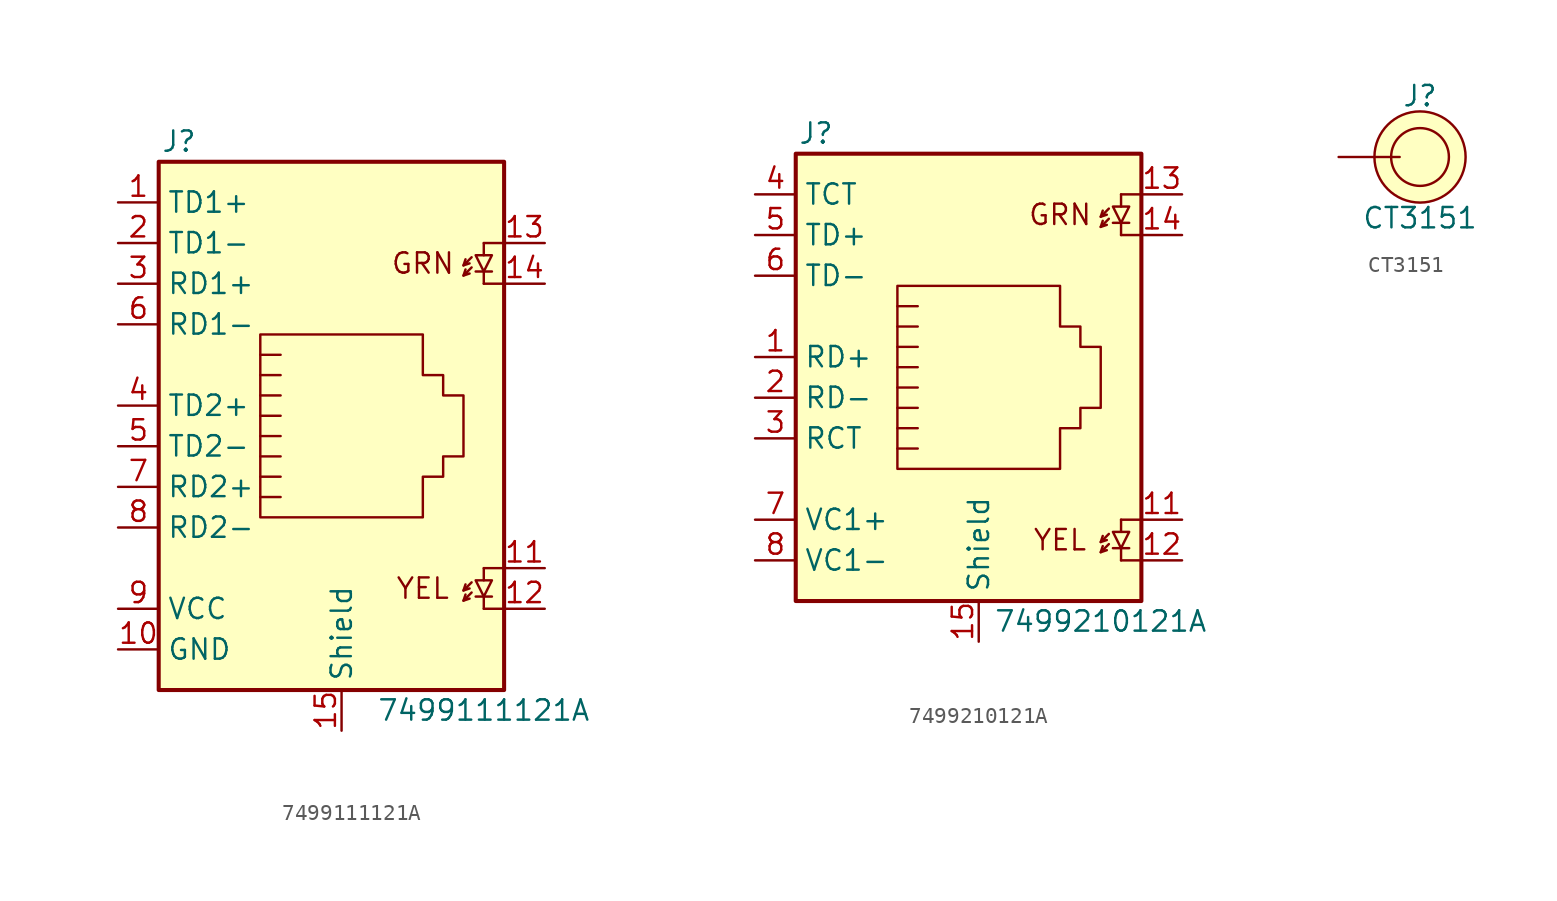
<source format=kicad_sym>
(kicad_symbol_lib
  (version 20211014)
  (generator kicad_symbol_editor)
  (symbol "7499111121A"
    (property "Reference" "J"
      (at 1.27 34.29 0)
      (effects (font (size 1.27 1.27))))
    (property "Value" "7499111121A"
      (at 20.32 -1.27 0)
      (effects (font (size 1.27 1.27))))
    (symbol "7499111121A_0_0"
      (text "GRN" (at 16.51 26.67 0) (effects (font (size 1.27 1.27))))
      (text "YEL" (at 16.51 6.35 0) (effects (font (size 1.27 1.27)))))
    (symbol "7499111121A_0_1"
      (polyline (pts (xy 7.62 19.685) (xy 6.35 19.685)) (stroke (width 0) (type default) (color 0 0 0 0)) (fill (type none)))
      (polyline (pts (xy 7.62 20.955) (xy 6.35 20.955)) (stroke (width 0) (type default) (color 0 0 0 0)) (fill (type none)))
      (polyline (pts (xy 19.05 5.588) (xy 19.177 5.969)) (stroke (width 0) (type default) (color 0 0 0 0)) (fill (type none)))
      (polyline (pts (xy 19.05 6.223) (xy 19.177 6.604)) (stroke (width 0) (type default) (color 0 0 0 0)) (fill (type none)))
      (polyline (pts (xy 19.05 25.908) (xy 19.177 26.289)) (stroke (width 0) (type default) (color 0 0 0 0)) (fill (type none)))
      (polyline (pts (xy 19.05 26.543) (xy 19.177 26.924)) (stroke (width 0) (type default) (color 0 0 0 0)) (fill (type none)))
      (polyline (pts (xy 20.32 5.08) (xy 20.32 5.842)) (stroke (width 0) (type default) (color 0 0 0 0)) (fill (type none)))
      (polyline (pts (xy 20.32 7.62) (xy 20.32 6.858)) (stroke (width 0) (type default) (color 0 0 0 0)) (fill (type none)))
      (polyline (pts (xy 20.32 25.4) (xy 20.32 26.162)) (stroke (width 0) (type default) (color 0 0 0 0)) (fill (type none)))
      (polyline (pts (xy 20.32 27.94) (xy 20.32 27.178)) (stroke (width 0) (type default) (color 0 0 0 0)) (fill (type none)))
      (polyline (pts (xy 20.828 5.842) (xy 19.812 5.842)) (stroke (width 0) (type default) (color 0 0 0 0)) (fill (type none)))
      (polyline (pts (xy 20.828 26.162) (xy 19.812 26.162)) (stroke (width 0) (type default) (color 0 0 0 0)) (fill (type none)))
      (polyline (pts (xy 21.59 5.08) (xy 20.32 5.08)) (stroke (width 0) (type default) (color 0 0 0 0)) (fill (type none)))
      (polyline (pts (xy 21.59 7.62) (xy 20.32 7.62)) (stroke (width 0) (type default) (color 0 0 0 0)) (fill (type none)))
      (polyline (pts (xy 21.59 25.4) (xy 20.32 25.4)) (stroke (width 0) (type default) (color 0 0 0 0)) (fill (type none)))
      (polyline (pts (xy 21.59 27.94) (xy 20.32 27.94)) (stroke (width 0) (type default) (color 0 0 0 0)) (fill (type none)))
      (polyline (pts (xy 6.35 12.065) (xy 7.62 12.065) (xy 7.62 12.065)) (stroke (width 0) (type default) (color 0 0 0 0)) (fill (type none)))
      (polyline (pts (xy 6.35 13.335) (xy 7.62 13.335) (xy 7.62 13.335)) (stroke (width 0) (type default) (color 0 0 0 0)) (fill (type none)))
      (polyline (pts (xy 6.35 14.605) (xy 7.62 14.605) (xy 7.62 14.605)) (stroke (width 0) (type default) (color 0 0 0 0)) (fill (type none)))
      (polyline (pts (xy 6.35 15.875) (xy 7.62 15.875) (xy 7.62 15.875)) (stroke (width 0) (type default) (color 0 0 0 0)) (fill (type none)))
      (polyline (pts (xy 6.35 17.145) (xy 7.62 17.145) (xy 7.62 17.145)) (stroke (width 0) (type default) (color 0 0 0 0)) (fill (type none)))
      (polyline (pts (xy 7.62 18.415) (xy 6.35 18.415) (xy 6.35 18.415)) (stroke (width 0) (type default) (color 0 0 0 0)) (fill (type none)))
      (polyline (pts (xy 19.558 6.096) (xy 19.05 5.588) (xy 19.431 5.715)) (stroke (width 0) (type default) (color 0 0 0 0)) (fill (type none)))
      (polyline (pts (xy 19.558 6.731) (xy 19.05 6.223) (xy 19.431 6.35)) (stroke (width 0) (type default) (color 0 0 0 0)) (fill (type none)))
      (polyline (pts (xy 19.558 26.416) (xy 19.05 25.908) (xy 19.431 26.035)) (stroke (width 0) (type default) (color 0 0 0 0)) (fill (type none)))
      (polyline (pts (xy 19.558 27.051) (xy 19.05 26.543) (xy 19.431 26.67)) (stroke (width 0) (type default) (color 0 0 0 0)) (fill (type none)))
      (polyline (pts (xy 20.32 5.842) (xy 20.828 6.858) (xy 19.812 6.858) (xy 20.32 5.842)) (stroke (width 0) (type default) (color 0 0 0 0)) (fill (type none)))
      (polyline (pts (xy 20.32 26.162) (xy 20.828 27.178) (xy 19.812 27.178) (xy 20.32 26.162)) (stroke (width 0) (type default) (color 0 0 0 0)) (fill (type none)))
      (polyline (pts (xy 6.35 10.795) (xy 6.35 22.225) (xy 16.51 22.225) (xy 16.51 19.685) (xy 17.78 19.685) (xy 17.78 18.415) (xy 19.05 18.415) (xy 19.05 14.605) (xy 17.78 14.605) (xy 17.78 13.335) (xy 16.51 13.335) (xy 16.51 10.795) (xy 6.35 10.795) (xy 6.35 10.795)) (stroke (width 0) (type default) (color 0 0 0 0)) (fill (type none)))
      (rectangle (start 0 33.02) (end 21.59 0) (stroke (width 0.254) (type default) (color 0 0 0 0)) (fill (type background))))
    (symbol "7499111121A_1_1"
      (pin passive line (at -2.54 30.48 0) (length 2.54) (name "TD1+" (effects (font (size 1.27 1.27)))) (number "1" (effects (font (size 1.27 1.27)))))
      (pin power_in line (at -2.54 2.54 0) (length 2.54) (name "GND" (effects (font (size 1.27 1.27)))) (number "10" (effects (font (size 1.27 1.27)))))
      (pin passive line (at 24.13 7.62 180) (length 2.54) (name "~" (effects (font (size 1.27 1.27)))) (number "11" (effects (font (size 1.27 1.27)))))
      (pin passive line (at 24.13 5.08 180) (length 2.54) (name "~" (effects (font (size 1.27 1.27)))) (number "12" (effects (font (size 1.27 1.27)))))
      (pin passive line (at 24.13 27.94 180) (length 2.54) (name "~" (effects (font (size 1.27 1.27)))) (number "13" (effects (font (size 1.27 1.27)))))
      (pin passive line (at 24.13 25.4 180) (length 2.54) (name "~" (effects (font (size 1.27 1.27)))) (number "14" (effects (font (size 1.27 1.27)))))
      (pin passive line (at 11.43 -2.54 90) (length 2.54) (name "Shield" (effects (font (size 1.27 1.27)))) (number "15" (effects (font (size 1.27 1.27)))))
      (pin passive line (at -2.54 27.94 0) (length 2.54) (name "TD1-" (effects (font (size 1.27 1.27)))) (number "2" (effects (font (size 1.27 1.27)))))
      (pin passive line (at -2.54 25.4 0) (length 2.54) (name "RD1+" (effects (font (size 1.27 1.27)))) (number "3" (effects (font (size 1.27 1.27)))))
      (pin passive line (at -2.54 17.78 0) (length 2.54) (name "TD2+" (effects (font (size 1.27 1.27)))) (number "4" (effects (font (size 1.27 1.27)))))
      (pin passive line (at -2.54 15.24 0) (length 2.54) (name "TD2-" (effects (font (size 1.27 1.27)))) (number "5" (effects (font (size 1.27 1.27)))))
      (pin passive line (at -2.54 22.86 0) (length 2.54) (name "RD1-" (effects (font (size 1.27 1.27)))) (number "6" (effects (font (size 1.27 1.27)))))
      (pin passive line (at -2.54 12.7 0) (length 2.54) (name "RD2+" (effects (font (size 1.27 1.27)))) (number "7" (effects (font (size 1.27 1.27)))))
      (pin passive line (at -2.54 10.16 0) (length 2.54) (name "RD2-" (effects (font (size 1.27 1.27)))) (number "8" (effects (font (size 1.27 1.27)))))
      (pin power_in line (at -2.54 5.08 0) (length 2.54) (name "VCC" (effects (font (size 1.27 1.27)))) (number "9" (effects (font (size 1.27 1.27)))))))
  (symbol "7499210121A"
    (property "Reference" "J"
      (at 1.27 29.21 0)
      (effects (font (size 1.27 1.27))))
    (property "Value" "7499210121A"
      (at 19.05 -1.27 0)
      (effects (font (size 1.27 1.27))))
    (symbol "7499210121A_0_0"
      (text "GRN" (at 16.51 24.13 0) (effects (font (size 1.27 1.27))))
      (text "YEL" (at 16.51 3.81 0) (effects (font (size 1.27 1.27)))))
    (symbol "7499210121A_0_1"
      (polyline (pts (xy 7.62 17.145) (xy 6.35 17.145)) (stroke (width 0) (type default) (color 0 0 0 0)) (fill (type none)))
      (polyline (pts (xy 7.62 18.415) (xy 6.35 18.415)) (stroke (width 0) (type default) (color 0 0 0 0)) (fill (type none)))
      (polyline (pts (xy 19.05 3.048) (xy 19.177 3.429)) (stroke (width 0) (type default) (color 0 0 0 0)) (fill (type none)))
      (polyline (pts (xy 19.05 3.683) (xy 19.177 4.064)) (stroke (width 0) (type default) (color 0 0 0 0)) (fill (type none)))
      (polyline (pts (xy 19.05 23.368) (xy 19.177 23.749)) (stroke (width 0) (type default) (color 0 0 0 0)) (fill (type none)))
      (polyline (pts (xy 19.05 24.003) (xy 19.177 24.384)) (stroke (width 0) (type default) (color 0 0 0 0)) (fill (type none)))
      (polyline (pts (xy 20.32 2.54) (xy 20.32 3.302)) (stroke (width 0) (type default) (color 0 0 0 0)) (fill (type none)))
      (polyline (pts (xy 20.32 5.08) (xy 20.32 4.318)) (stroke (width 0) (type default) (color 0 0 0 0)) (fill (type none)))
      (polyline (pts (xy 20.32 22.86) (xy 20.32 23.622)) (stroke (width 0) (type default) (color 0 0 0 0)) (fill (type none)))
      (polyline (pts (xy 20.32 25.4) (xy 20.32 24.638)) (stroke (width 0) (type default) (color 0 0 0 0)) (fill (type none)))
      (polyline (pts (xy 20.828 3.302) (xy 19.812 3.302)) (stroke (width 0) (type default) (color 0 0 0 0)) (fill (type none)))
      (polyline (pts (xy 20.828 23.622) (xy 19.812 23.622)) (stroke (width 0) (type default) (color 0 0 0 0)) (fill (type none)))
      (polyline (pts (xy 21.59 2.54) (xy 20.32 2.54)) (stroke (width 0) (type default) (color 0 0 0 0)) (fill (type none)))
      (polyline (pts (xy 21.59 5.08) (xy 20.32 5.08)) (stroke (width 0) (type default) (color 0 0 0 0)) (fill (type none)))
      (polyline (pts (xy 21.59 22.86) (xy 20.32 22.86)) (stroke (width 0) (type default) (color 0 0 0 0)) (fill (type none)))
      (polyline (pts (xy 21.59 25.4) (xy 20.32 25.4)) (stroke (width 0) (type default) (color 0 0 0 0)) (fill (type none)))
      (polyline (pts (xy 6.35 9.525) (xy 7.62 9.525) (xy 7.62 9.525)) (stroke (width 0) (type default) (color 0 0 0 0)) (fill (type none)))
      (polyline (pts (xy 6.35 10.795) (xy 7.62 10.795) (xy 7.62 10.795)) (stroke (width 0) (type default) (color 0 0 0 0)) (fill (type none)))
      (polyline (pts (xy 6.35 12.065) (xy 7.62 12.065) (xy 7.62 12.065)) (stroke (width 0) (type default) (color 0 0 0 0)) (fill (type none)))
      (polyline (pts (xy 6.35 13.335) (xy 7.62 13.335) (xy 7.62 13.335)) (stroke (width 0) (type default) (color 0 0 0 0)) (fill (type none)))
      (polyline (pts (xy 6.35 14.605) (xy 7.62 14.605) (xy 7.62 14.605)) (stroke (width 0) (type default) (color 0 0 0 0)) (fill (type none)))
      (polyline (pts (xy 7.62 15.875) (xy 6.35 15.875) (xy 6.35 15.875)) (stroke (width 0) (type default) (color 0 0 0 0)) (fill (type none)))
      (polyline (pts (xy 19.558 3.556) (xy 19.05 3.048) (xy 19.431 3.175)) (stroke (width 0) (type default) (color 0 0 0 0)) (fill (type none)))
      (polyline (pts (xy 19.558 4.191) (xy 19.05 3.683) (xy 19.431 3.81)) (stroke (width 0) (type default) (color 0 0 0 0)) (fill (type none)))
      (polyline (pts (xy 19.558 23.876) (xy 19.05 23.368) (xy 19.431 23.495)) (stroke (width 0) (type default) (color 0 0 0 0)) (fill (type none)))
      (polyline (pts (xy 19.558 24.511) (xy 19.05 24.003) (xy 19.431 24.13)) (stroke (width 0) (type default) (color 0 0 0 0)) (fill (type none)))
      (polyline (pts (xy 20.32 3.302) (xy 20.828 4.318) (xy 19.812 4.318) (xy 20.32 3.302)) (stroke (width 0) (type default) (color 0 0 0 0)) (fill (type none)))
      (polyline (pts (xy 20.32 23.622) (xy 20.828 24.638) (xy 19.812 24.638) (xy 20.32 23.622)) (stroke (width 0) (type default) (color 0 0 0 0)) (fill (type none)))
      (polyline (pts (xy 6.35 8.255) (xy 6.35 19.685) (xy 16.51 19.685) (xy 16.51 17.145) (xy 17.78 17.145) (xy 17.78 15.875) (xy 19.05 15.875) (xy 19.05 12.065) (xy 17.78 12.065) (xy 17.78 10.795) (xy 16.51 10.795) (xy 16.51 8.255) (xy 6.35 8.255) (xy 6.35 8.255)) (stroke (width 0) (type default) (color 0 0 0 0)) (fill (type none)))
      (rectangle (start 0 27.94) (end 21.59 0) (stroke (width 0.254) (type default) (color 0 0 0 0)) (fill (type background))))
    (symbol "7499210121A_1_1"
      (pin passive line (at -2.54 15.24 0) (length 2.54) (name "RD+" (effects (font (size 1.27 1.27)))) (number "1" (effects (font (size 1.27 1.27)))))
      (pin passive line (at 24.13 5.08 180) (length 2.54) (name "~" (effects (font (size 1.27 1.27)))) (number "11" (effects (font (size 1.27 1.27)))))
      (pin passive line (at 24.13 2.54 180) (length 2.54) (name "~" (effects (font (size 1.27 1.27)))) (number "12" (effects (font (size 1.27 1.27)))))
      (pin passive line (at 24.13 25.4 180) (length 2.54) (name "~" (effects (font (size 1.27 1.27)))) (number "13" (effects (font (size 1.27 1.27)))))
      (pin passive line (at 24.13 22.86 180) (length 2.54) (name "~" (effects (font (size 1.27 1.27)))) (number "14" (effects (font (size 1.27 1.27)))))
      (pin passive line (at 11.43 -2.54 90) (length 2.54) (name "Shield" (effects (font (size 1.27 1.27)))) (number "15" (effects (font (size 1.27 1.27)))))
      (pin passive line (at -2.54 12.7 0) (length 2.54) (name "RD-" (effects (font (size 1.27 1.27)))) (number "2" (effects (font (size 1.27 1.27)))))
      (pin passive line (at -2.54 10.16 0) (length 2.54) (name "RCT" (effects (font (size 1.27 1.27)))) (number "3" (effects (font (size 1.27 1.27)))))
      (pin passive line (at -2.54 25.4 0) (length 2.54) (name "TCT" (effects (font (size 1.27 1.27)))) (number "4" (effects (font (size 1.27 1.27)))))
      (pin passive line (at -2.54 22.86 0) (length 2.54) (name "TD+" (effects (font (size 1.27 1.27)))) (number "5" (effects (font (size 1.27 1.27)))))
      (pin passive line (at -2.54 20.32 0) (length 2.54) (name "TD-" (effects (font (size 1.27 1.27)))) (number "6" (effects (font (size 1.27 1.27)))))
      (pin passive line (at -2.54 5.08 0) (length 2.54) (name "VC1+" (effects (font (size 1.27 1.27)))) (number "7" (effects (font (size 1.27 1.27)))))
      (pin passive line (at -2.54 2.54 0) (length 2.54) (name "VC1-" (effects (font (size 1.27 1.27)))) (number "8" (effects (font (size 1.27 1.27)))))))
  (symbol "CT3151"
    (pin_numbers hide)
    (pin_names
      (offset 0) hide)
    (property "Reference" "J"
      (at 0 3.81 0)
      (effects (font (size 1.27 1.27))))
    (property "Value" "CT3151"
      (at 0 -3.81 0)
      (effects (font (size 1.27 1.27))))
    (symbol "CT3151_0_1"
      (circle (center 0 0) (radius 1.803) (stroke (width 0) (type default) (color 0 0 0 0)) (fill (type none)))
      (circle (center 0 0) (radius 2.845) (stroke (width 0) (type default) (color 0 0 0 0)) (fill (type background))))
    (symbol "CT3151_1_1"
      (pin passive line (at -5.08 0 0) (length 3.81) (name "Pin_1" (effects (font (size 1.27 1.27)))) (number "1" (effects (font (size 1.27 1.27))))))))
</source>
